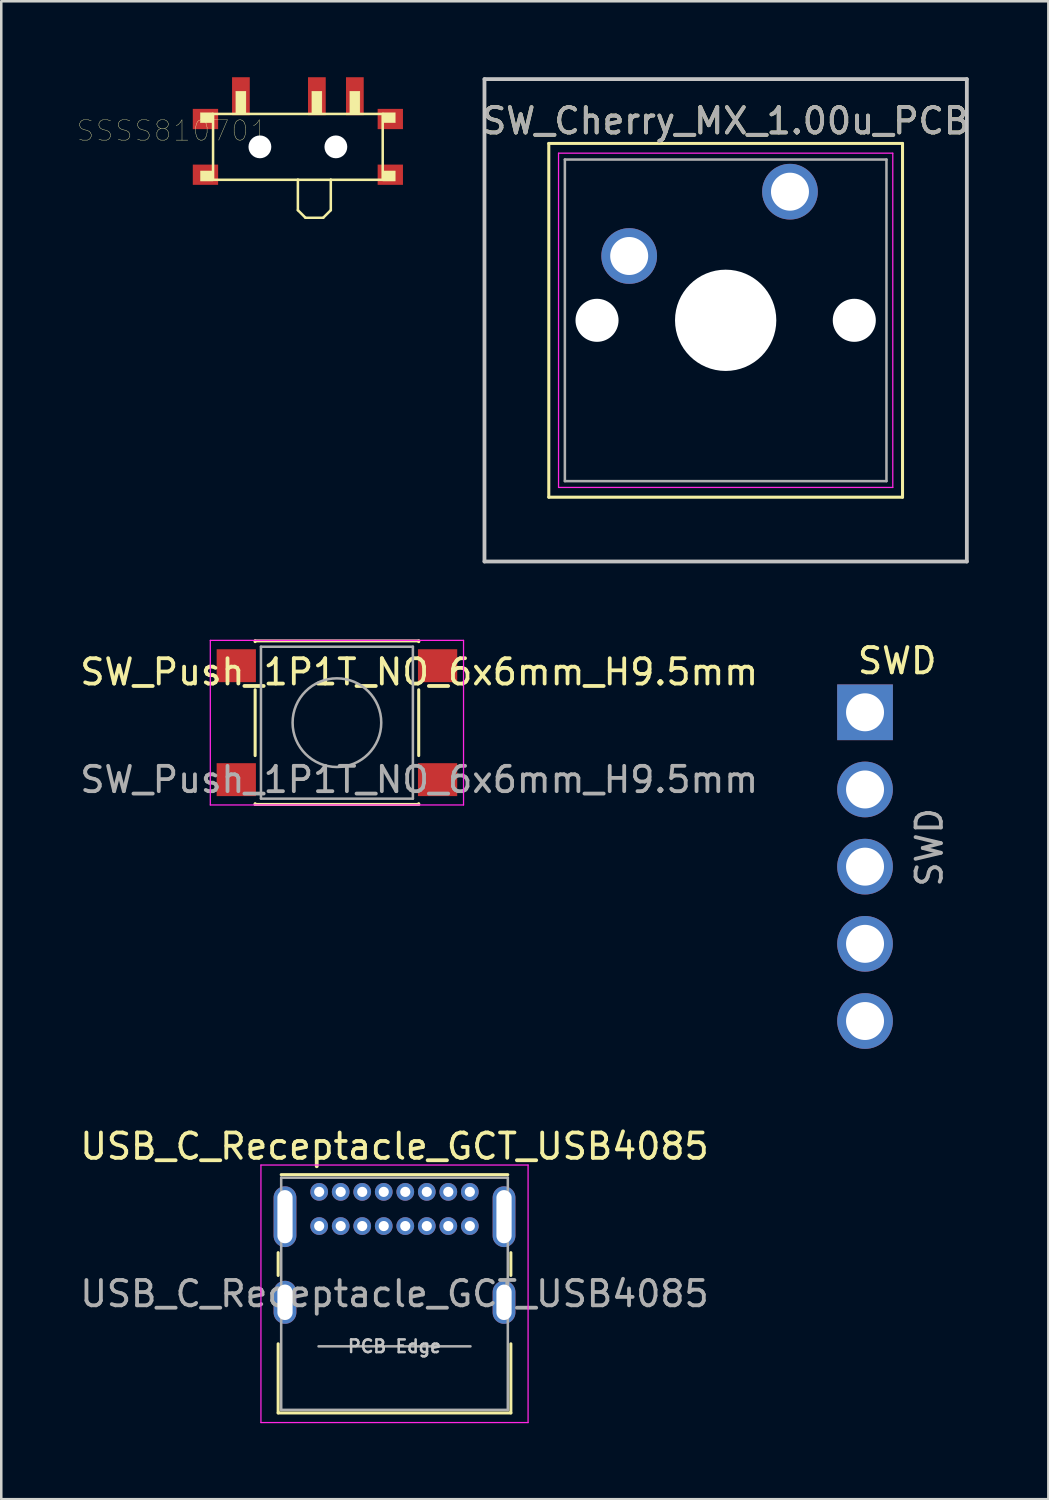
<source format=kicad_pcb>
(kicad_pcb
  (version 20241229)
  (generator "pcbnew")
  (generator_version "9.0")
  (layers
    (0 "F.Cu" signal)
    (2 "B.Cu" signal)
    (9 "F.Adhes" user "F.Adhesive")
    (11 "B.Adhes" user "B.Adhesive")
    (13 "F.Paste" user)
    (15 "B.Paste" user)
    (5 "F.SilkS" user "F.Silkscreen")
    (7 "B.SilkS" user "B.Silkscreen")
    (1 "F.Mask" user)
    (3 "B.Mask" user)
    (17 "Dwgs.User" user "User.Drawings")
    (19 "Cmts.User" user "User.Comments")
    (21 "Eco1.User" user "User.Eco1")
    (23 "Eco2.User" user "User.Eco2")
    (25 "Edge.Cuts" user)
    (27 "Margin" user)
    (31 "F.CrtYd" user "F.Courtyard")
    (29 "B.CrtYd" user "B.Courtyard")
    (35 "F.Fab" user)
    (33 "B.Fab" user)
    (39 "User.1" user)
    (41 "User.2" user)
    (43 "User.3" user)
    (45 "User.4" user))
  (footprint "SW_Push_1P1T_NO_6x6mm_H9.5mm"
    (layer "F.Cu")
    (at 10.256 25.49)
    (property "Reference" "SW_Push_1P1T_NO_6x6mm_H9.5mm" (at 3.25 -2 180) (layer "F.SilkS") (effects (font (size 1 1) (thickness 0.15))))
    (attr smd)
    (fp_line (start -3.23 -3.23) (end 3.23 -3.23) (stroke (width 0.12) (type solid)) (layer "F.SilkS"))
    (fp_line (start -3.23 -3.2) (end -3.23 -3.23) (stroke (width 0.12) (type solid)) (layer "F.SilkS"))
    (fp_line (start -3.23 -1.3) (end -3.23 1.3) (stroke (width 0.12) (type solid)) (layer "F.SilkS"))
    (fp_line (start -3.23 3.23) (end -3.23 3.2) (stroke (width 0.12) (type solid)) (layer "F.SilkS"))
    (fp_line (start -3.23 3.23) (end 3.23 3.23) (stroke (width 0.12) (type solid)) (layer "F.SilkS"))
    (fp_line (start 3.23 -3.23) (end 3.23 -3.2) (stroke (width 0.12) (type solid)) (layer "F.SilkS"))
    (fp_line (start 3.23 -1.3) (end 3.23 1.3) (stroke (width 0.12) (type solid)) (layer "F.SilkS"))
    (fp_line (start 3.23 3.23) (end 3.23 3.2) (stroke (width 0.12) (type solid)) (layer "F.SilkS"))
    (fp_line (start -5 -3.25) (end -5 3.25) (stroke (width 0.05) (type solid)) (layer "F.CrtYd"))
    (fp_line (start -5 -3.25) (end 5 -3.25) (stroke (width 0.05) (type solid)) (layer "F.CrtYd"))
    (fp_line (start -5 3.25) (end 5 3.25) (stroke (width 0.05) (type solid)) (layer "F.CrtYd"))
    (fp_line (start 5 3.25) (end 5 -3.25) (stroke (width 0.05) (type solid)) (layer "F.CrtYd"))
    (fp_line (start -3 -3) (end -3 3) (stroke (width 0.1) (type solid)) (layer "F.Fab"))
    (fp_line (start -3 3) (end 3 3) (stroke (width 0.1) (type solid)) (layer "F.Fab"))
    (fp_line (start 3 -3) (end -3 -3) (stroke (width 0.1) (type solid)) (layer "F.Fab"))
    (fp_line (start 3 3) (end 3 -3) (stroke (width 0.1) (type solid)) (layer "F.Fab"))
    (fp_circle (center 0 0) (end 1.75 -0.05) (stroke (width 0.1) (type solid)) (fill no) (layer "F.Fab"))
    (fp_text user "${REFERENCE}" (at 3.25 2.25 180) (layer "F.Fab") (effects (font (size 1 1) (thickness 0.15))))
    (pad "1" smd rect (at -3.975 -2.25) (size 1.55 1.3) (layers "F.Cu" "F.Mask" "F.Paste"))
    (pad "1" smd rect (at 3.975 -2.25) (size 1.55 1.3) (layers "F.Cu" "F.Mask" "F.Paste"))
    (pad "2" smd rect (at -3.975 2.25) (size 1.55 1.3) (layers "F.Cu" "F.Mask" "F.Paste"))
    (pad "2" smd rect (at 3.975 2.25) (size 1.55 1.3) (layers "F.Cu" "F.Mask" "F.Paste")))
  (footprint "SSSS810701"
    (layer "F.Cu")
    (at 8.714 2.75)
    (property "Reference" "SSSS810701" (at -4.958 -0.636 0) (layer "F.SilkS") (effects (font (size 0.801 0.801) (thickness 0.015))))
    (attr through_hole)
    (fp_line (start -3.35 -1.3) (end -3.35 1.3) (stroke (width 0.1) (type solid)) (layer "F.SilkS"))
    (fp_line (start 0 1.3) (end -3.35 1.3) (stroke (width 0.1) (type solid)) (layer "F.SilkS"))
    (fp_line (start 0 1.3) (end 0 2.5) (stroke (width 0.1) (type solid)) (layer "F.SilkS"))
    (fp_line (start 0 1.3) (end 1.3 1.3) (stroke (width 0.1) (type solid)) (layer "F.SilkS"))
    (fp_line (start 0 2.5) (end 0.3 2.8) (stroke (width 0.1) (type solid)) (layer "F.SilkS"))
    (fp_line (start 0.3 2.8) (end 1 2.8) (stroke (width 0.1) (type solid)) (layer "F.SilkS"))
    (fp_line (start 1 2.8) (end 1.3 2.5) (stroke (width 0.1) (type solid)) (layer "F.SilkS"))
    (fp_line (start 1.3 1.3) (end 3.35 1.3) (stroke (width 0.1) (type solid)) (layer "F.SilkS"))
    (fp_line (start 1.3 2.5) (end 1.3 1.3) (stroke (width 0.1) (type solid)) (layer "F.SilkS"))
    (fp_line (start 3.35 -1.3) (end -3.35 -1.3) (stroke (width 0.1) (type solid)) (layer "F.SilkS"))
    (fp_line (start 3.35 1.3) (end 3.35 -1.3) (stroke (width 0.1) (type solid)) (layer "F.SilkS"))
    (fp_poly (pts (xy -3.854 -1.35) (xy -3.35 -1.35) (xy -3.35 -0.951) (xy -3.854 -0.951)) (stroke (width 0.01) (type solid)) (fill yes) (layer "F.SilkS"))
    (fp_poly (pts (xy -3.852 0.95) (xy -3.35 0.95) (xy -3.35 1.351) (xy -3.852 1.351)) (stroke (width 0.01) (type solid)) (fill yes) (layer "F.SilkS"))
    (fp_poly (pts (xy -2.452 -2.2) (xy -2.05 -2.2) (xy -2.05 -1.301) (xy -2.452 -1.301)) (stroke (width 0.01) (type solid)) (fill yes) (layer "F.SilkS"))
    (fp_poly (pts (xy 0.551 -2.2) (xy 0.95 -2.2) (xy 0.95 -1.302) (xy 0.551 -1.302)) (stroke (width 0.01) (type solid)) (fill yes) (layer "F.SilkS"))
    (fp_poly (pts (xy 2.05 -2.2) (xy 2.45 -2.2) (xy 2.45 -1.3) (xy 2.05 -1.3)) (stroke (width 0.01) (type solid)) (fill yes) (layer "F.SilkS"))
    (fp_poly (pts (xy 3.353 0.95) (xy 3.85 0.95) (xy 3.85 1.351) (xy 3.353 1.351)) (stroke (width 0.01) (type solid)) (fill yes) (layer "F.SilkS"))
    (fp_poly (pts (xy 3.356 -1.35) (xy 3.85 -1.35) (xy 3.85 -0.952) (xy 3.356 -0.952)) (stroke (width 0.01) (type solid)) (fill yes) (layer "F.SilkS"))
    (pad "" np_thru_hole circle (at -1.5 0) (size 0.9 0.9) (drill 0.9) (layers "*.Cu" "*.Mask"))
    (pad "" np_thru_hole circle (at 1.5 0) (size 0.9 0.9) (drill 0.9) (layers "*.Cu" "*.Mask"))
    (pad "1" smd rect (at -2.25 -2) (size 0.7 1.5) (layers "F.Cu" "F.Mask" "F.Paste"))
    (pad "2" smd rect (at 0.75 -2) (size 0.7 1.5) (layers "F.Cu" "F.Mask" "F.Paste"))
    (pad "3" smd rect (at 2.25 -2) (size 0.7 1.5) (layers "F.Cu" "F.Mask" "F.Paste"))
    (pad "4.1" smd rect (at -3.65 -1.1) (size 1 0.8) (layers "F.Cu" "F.Mask" "F.Paste"))
    (pad "4.2" smd rect (at 3.65 -1.1) (size 1 0.8) (layers "F.Cu" "F.Mask" "F.Paste"))
    (pad "4.3" smd rect (at -3.65 1.1) (size 1 0.8) (layers "F.Cu" "F.Mask" "F.Paste"))
    (pad "4.4" smd rect (at 3.65 1.1) (size 1 0.8) (layers "F.Cu" "F.Mask" "F.Paste")))
  (footprint "SWD"
    (layer "F.Cu")
    (at 31.112 25.08)
    (property "Reference" "SWD" (at 1.27 -2.032 180) (layer "F.SilkS") (effects (font (size 1 1) (thickness 0.15))))
    (attr through_hole)
    (fp_text user "${REFERENCE}" (at 2.54 5.334 90) (layer "F.Fab") (effects (font (size 1 1) (thickness 0.15))))
    (pad "1" thru_hole rect (at 0 0) (size 2.2 2.2) (drill 1.5) (layers "*.Cu" "*.Mask"))
    (pad "2" thru_hole circle (at 0 3.048) (size 2.2 2.2) (drill 1.5) (layers "*.Cu" "*.Mask"))
    (pad "3" thru_hole circle (at 0 6.096) (size 2.2 2.2) (drill 1.5) (layers "*.Cu" "*.Mask"))
    (pad "4" thru_hole circle (at 0 9.144) (size 2.2 2.2) (drill 1.5) (layers "*.Cu" "*.Mask"))
    (pad "5" thru_hole circle (at 0 12.192) (size 2.2 2.2) (drill 1.5) (layers "*.Cu" "*.Mask")))
  (footprint "USB_C_Receptacle_GCT_USB4085"
    (layer "F.Cu")
    (at 9.555 44.02)
    (property "Reference" "USB_C_Receptacle_GCT_USB4085" (at 2.975 -1.8 180) (layer "F.SilkS") (effects (font (size 1 1) (thickness 0.15))))
    (attr through_hole)
    (fp_line (start -1.62 2.4) (end -1.62 3.3) (stroke (width 0.12) (type solid)) (layer "F.SilkS"))
    (fp_line (start -1.62 6) (end -1.62 8.73) (stroke (width 0.12) (type solid)) (layer "F.SilkS"))
    (fp_line (start -1.62 8.73) (end 7.57 8.73) (stroke (width 0.12) (type solid)) (layer "F.SilkS"))
    (fp_line (start -1.5 -0.68) (end 7.45 -0.68) (stroke (width 0.12) (type solid)) (layer "F.SilkS"))
    (fp_line (start 7.57 2.4) (end 7.57 3.3) (stroke (width 0.12) (type solid)) (layer "F.SilkS"))
    (fp_line (start 7.57 6) (end 7.57 8.73) (stroke (width 0.12) (type solid)) (layer "F.SilkS"))
    (fp_line (start -2.3 -1.06) (end -2.3 9.11) (stroke (width 0.05) (type solid)) (layer "F.CrtYd"))
    (fp_line (start -2.3 -1.06) (end 8.25 -1.06) (stroke (width 0.05) (type solid)) (layer "F.CrtYd"))
    (fp_line (start -2.3 9.11) (end 8.25 9.11) (stroke (width 0.05) (type solid)) (layer "F.CrtYd"))
    (fp_line (start 8.25 -1.06) (end 8.25 9.11) (stroke (width 0.05) (type solid)) (layer "F.CrtYd"))
    (fp_line (start -1.5 -0.56) (end -1.5 8.61) (stroke (width 0.1) (type solid)) (layer "F.Fab"))
    (fp_line (start -1.5 -0.56) (end 7.45 -0.56) (stroke (width 0.1) (type solid)) (layer "F.Fab"))
    (fp_line (start -1.5 8.61) (end 7.45 8.61) (stroke (width 0.1) (type solid)) (layer "F.Fab"))
    (fp_line (start -0.025 6.1) (end 5.975 6.1) (stroke (width 0.1) (type solid)) (layer "F.Fab"))
    (fp_line (start 7.45 -0.56) (end 7.45 8.61) (stroke (width 0.1) (type solid)) (layer "F.Fab"))
    (fp_text user "PCB Edge" (at 2.975 6.1 180) (layer "Dwgs.User") (effects (font (size 0.5 0.5) (thickness 0.1))))
    (fp_text user "${REFERENCE}" (at 2.975 4.025 180) (layer "F.Fab") (effects (font (size 1 1) (thickness 0.15))))
    (pad "A1" thru_hole circle (at 0 0) (size 0.7 0.7) (drill 0.4) (layers "*.Cu" "*.Mask"))
    (pad "A4" thru_hole circle (at 0.85 0) (size 0.7 0.7) (drill 0.4) (layers "*.Cu" "*.Mask"))
    (pad "A5" thru_hole circle (at 1.7 0) (size 0.7 0.7) (drill 0.4) (layers "*.Cu" "*.Mask"))
    (pad "A6" thru_hole circle (at 2.55 0) (size 0.7 0.7) (drill 0.4) (layers "*.Cu" "*.Mask"))
    (pad "A7" thru_hole circle (at 3.4 0) (size 0.7 0.7) (drill 0.4) (layers "*.Cu" "*.Mask"))
    (pad "A8" thru_hole circle (at 4.25 0) (size 0.7 0.7) (drill 0.4) (layers "*.Cu" "*.Mask"))
    (pad "A9" thru_hole circle (at 5.1 0) (size 0.7 0.7) (drill 0.4) (layers "*.Cu" "*.Mask"))
    (pad "A12" thru_hole circle (at 5.95 0) (size 0.7 0.7) (drill 0.4) (layers "*.Cu" "*.Mask"))
    (pad "B1" thru_hole circle (at 5.95 1.35) (size 0.7 0.7) (drill 0.4) (layers "*.Cu" "*.Mask"))
    (pad "B4" thru_hole circle (at 5.1 1.35) (size 0.7 0.7) (drill 0.4) (layers "*.Cu" "*.Mask"))
    (pad "B5" thru_hole circle (at 4.25 1.35) (size 0.7 0.7) (drill 0.4) (layers "*.Cu" "*.Mask"))
    (pad "B6" thru_hole circle (at 3.4 1.35) (size 0.7 0.7) (drill 0.4) (layers "*.Cu" "*.Mask"))
    (pad "B7" thru_hole circle (at 2.55 1.35) (size 0.7 0.7) (drill 0.4) (layers "*.Cu" "*.Mask"))
    (pad "B8" thru_hole circle (at 1.7 1.35) (size 0.7 0.7) (drill 0.4) (layers "*.Cu" "*.Mask"))
    (pad "B9" thru_hole circle (at 0.85 1.35) (size 0.7 0.7) (drill 0.4) (layers "*.Cu" "*.Mask"))
    (pad "B12" thru_hole circle (at 0 1.35) (size 0.7 0.7) (drill 0.4) (layers "*.Cu" "*.Mask"))
    (pad "S1" thru_hole oval (at -1.35 0.98) (size 0.9 2.4) (drill oval 0.6 2.1) (layers "*.Cu" "*.Mask"))
    (pad "S1" thru_hole oval (at -1.35 4.36) (size 0.9 1.7) (drill oval 0.6 1.4) (layers "*.Cu" "*.Mask"))
    (pad "S1" thru_hole oval (at 7.3 0.98) (size 0.9 2.4) (drill oval 0.6 2.1) (layers "*.Cu" "*.Mask"))
    (pad "S1" thru_hole oval (at 7.3 4.36) (size 0.9 1.7) (drill oval 0.6 1.4) (layers "*.Cu" "*.Mask")))
  (footprint "SW_Cherry_MX_1.00u_PCB"
    (layer "F.Cu")
    (at 28.148 4.52)
    (property "Reference" "SW_Cherry_MX_1.00u_PCB" (at -2.54 -2.794 180) (layer "F.SilkS") (effects (font (size 1 1) (thickness 0.15))))
    (attr through_hole)
    (fp_line (start -9.525 -1.905) (end 4.445 -1.905) (stroke (width 0.12) (type solid)) (layer "F.SilkS"))
    (fp_line (start -9.525 12.065) (end -9.525 -1.905) (stroke (width 0.12) (type solid)) (layer "F.SilkS"))
    (fp_line (start 4.445 -1.905) (end 4.445 12.065) (stroke (width 0.12) (type solid)) (layer "F.SilkS"))
    (fp_line (start 4.445 12.065) (end -9.525 12.065) (stroke (width 0.12) (type solid)) (layer "F.SilkS"))
    (fp_line (start -12.065 -4.445) (end 6.985 -4.445) (stroke (width 0.15) (type solid)) (layer "Dwgs.User"))
    (fp_line (start -12.065 14.605) (end -12.065 -4.445) (stroke (width 0.15) (type solid)) (layer "Dwgs.User"))
    (fp_line (start 6.985 -4.445) (end 6.985 14.605) (stroke (width 0.15) (type solid)) (layer "Dwgs.User"))
    (fp_line (start 6.985 14.605) (end -12.065 14.605) (stroke (width 0.15) (type solid)) (layer "Dwgs.User"))
    (fp_line (start -9.14 -1.52) (end 4.06 -1.52) (stroke (width 0.05) (type solid)) (layer "F.CrtYd"))
    (fp_line (start -9.14 11.68) (end -9.14 -1.52) (stroke (width 0.05) (type solid)) (layer "F.CrtYd"))
    (fp_line (start 4.06 -1.52) (end 4.06 11.68) (stroke (width 0.05) (type solid)) (layer "F.CrtYd"))
    (fp_line (start 4.06 11.68) (end -9.14 11.68) (stroke (width 0.05) (type solid)) (layer "F.CrtYd"))
    (fp_line (start -8.89 -1.27) (end 3.81 -1.27) (stroke (width 0.1) (type solid)) (layer "F.Fab"))
    (fp_line (start -8.89 11.43) (end -8.89 -1.27) (stroke (width 0.1) (type solid)) (layer "F.Fab"))
    (fp_line (start 3.81 -1.27) (end 3.81 11.43) (stroke (width 0.1) (type solid)) (layer "F.Fab"))
    (fp_line (start 3.81 11.43) (end -8.89 11.43) (stroke (width 0.1) (type solid)) (layer "F.Fab"))
    (fp_text user "${REFERENCE}" (at -2.54 -2.794 180) (layer "F.Fab") (effects (font (size 1 1) (thickness 0.15))))
    (pad "" np_thru_hole circle (at -7.62 5.08) (size 1.7 1.7) (drill 1.7) (layers "*.Cu" "*.Mask"))
    (pad "" np_thru_hole circle (at -2.54 5.08) (size 4 4) (drill 4) (layers "*.Cu" "*.Mask"))
    (pad "" np_thru_hole circle (at 2.54 5.08) (size 1.7 1.7) (drill 1.7) (layers "*.Cu" "*.Mask"))
    (pad "1" thru_hole circle (at 0 0) (size 2.2 2.2) (drill 1.5) (layers "*.Cu" "*.Mask"))
    (pad "2" thru_hole circle (at -6.35 2.54) (size 2.2 2.2) (drill 1.5) (layers "*.Cu" "*.Mask")))
  (gr_rect
    (start -3 -3)
    (end 38.352 56.156)
    (stroke (width 0.1) (type default))
    (fill no)
    (layer "Edge.Cuts")))
</source>
